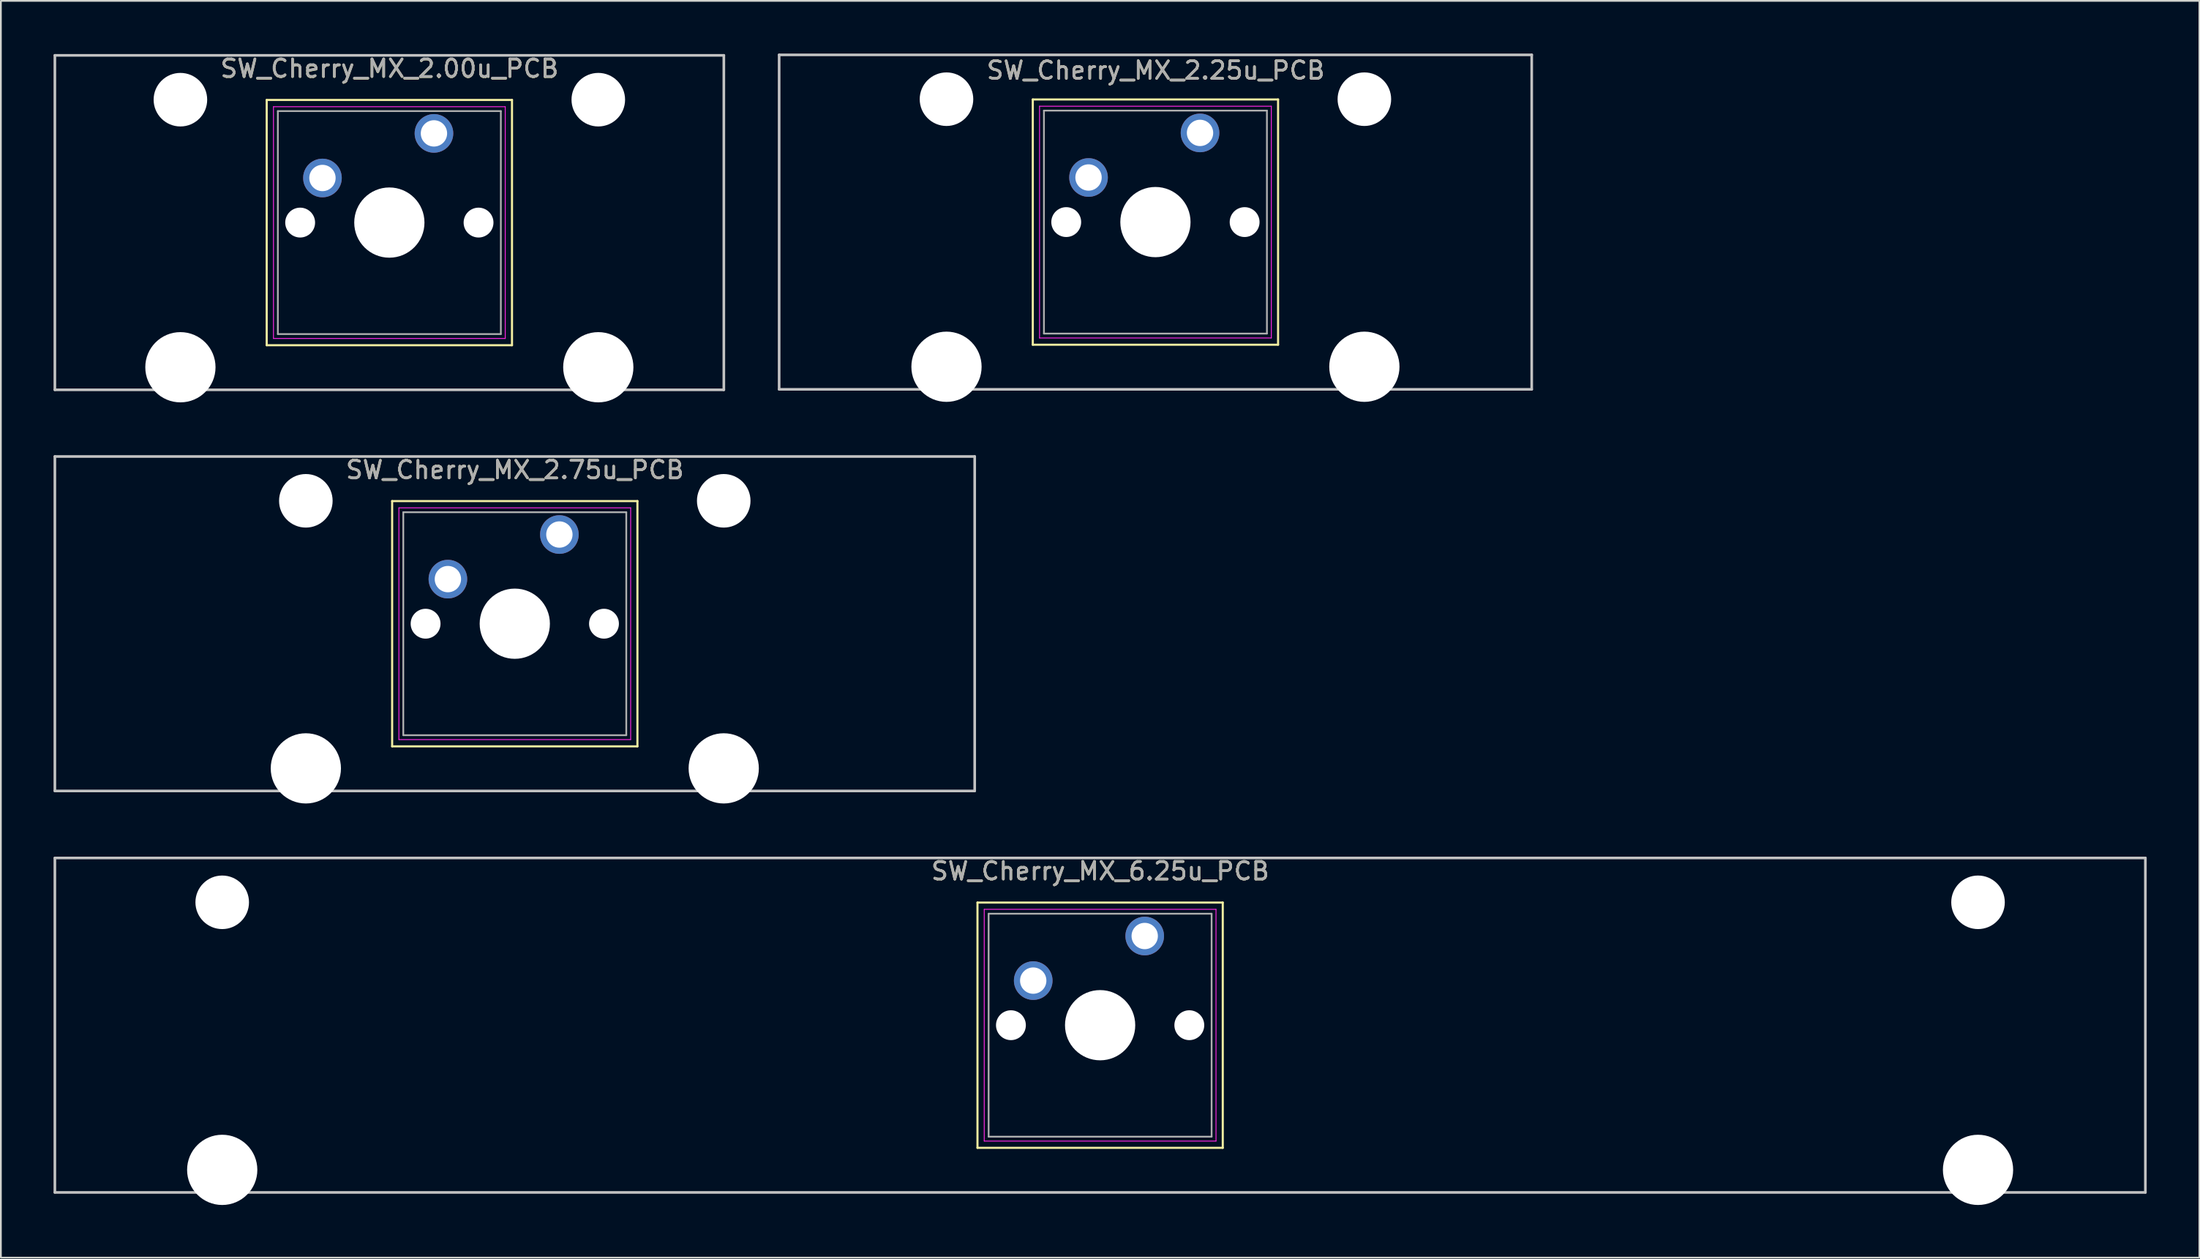
<source format=kicad_pcb>
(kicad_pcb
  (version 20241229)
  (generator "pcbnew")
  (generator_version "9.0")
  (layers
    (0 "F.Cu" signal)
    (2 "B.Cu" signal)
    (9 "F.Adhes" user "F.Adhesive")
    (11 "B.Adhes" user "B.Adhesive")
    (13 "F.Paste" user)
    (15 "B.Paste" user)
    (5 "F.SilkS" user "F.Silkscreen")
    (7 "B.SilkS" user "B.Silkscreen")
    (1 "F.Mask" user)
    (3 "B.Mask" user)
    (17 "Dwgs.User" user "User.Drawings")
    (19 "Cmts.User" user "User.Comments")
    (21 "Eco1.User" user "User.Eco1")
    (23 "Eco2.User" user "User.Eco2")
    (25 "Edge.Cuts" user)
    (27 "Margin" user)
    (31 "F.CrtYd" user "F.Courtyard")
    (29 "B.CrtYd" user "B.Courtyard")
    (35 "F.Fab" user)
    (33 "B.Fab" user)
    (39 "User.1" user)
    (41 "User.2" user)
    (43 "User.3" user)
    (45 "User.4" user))
  (footprint "SW_Cherry_MX_2.75u_PCB"
    (layer "F.Cu")
    (at 26.269 32.456)
    (property "Reference" "SW_Cherry_MX_2.75u_PCB" (at 0.01 -8.74 0) (layer "F.SilkS") (effects (font (size 1 1) (thickness 0.15))))
    (attr through_hole)
    (fp_line (start -6.985 -6.965) (end 6.985 -6.965) (stroke (width 0.12) (type solid)) (layer "F.SilkS"))
    (fp_line (start -6.985 7.005) (end -6.985 -6.965) (stroke (width 0.12) (type solid)) (layer "F.SilkS"))
    (fp_line (start 6.985 -6.965) (end 6.985 7.005) (stroke (width 0.12) (type solid)) (layer "F.SilkS"))
    (fp_line (start 6.985 7.005) (end -6.985 7.005) (stroke (width 0.12) (type solid)) (layer "F.SilkS"))
    (fp_line (start -26.194 -9.505) (end 26.194 -9.505) (stroke (width 0.15) (type solid)) (layer "Dwgs.User"))
    (fp_line (start -26.194 9.545) (end -26.194 -9.505) (stroke (width 0.15) (type solid)) (layer "Dwgs.User"))
    (fp_line (start 26.194 -9.505) (end 26.194 9.545) (stroke (width 0.15) (type solid)) (layer "Dwgs.User"))
    (fp_line (start 26.194 9.545) (end -26.194 9.545) (stroke (width 0.15) (type solid)) (layer "Dwgs.User"))
    (fp_line (start -6.6 -6.58) (end 6.6 -6.58) (stroke (width 0.05) (type solid)) (layer "F.CrtYd"))
    (fp_line (start -6.6 6.62) (end -6.6 -6.58) (stroke (width 0.05) (type solid)) (layer "F.CrtYd"))
    (fp_line (start 6.6 -6.58) (end 6.6 6.62) (stroke (width 0.05) (type solid)) (layer "F.CrtYd"))
    (fp_line (start 6.6 6.62) (end -6.6 6.62) (stroke (width 0.05) (type solid)) (layer "F.CrtYd"))
    (fp_line (start -6.35 -6.33) (end 6.35 -6.33) (stroke (width 0.1) (type solid)) (layer "F.Fab"))
    (fp_line (start -6.35 6.37) (end -6.35 -6.33) (stroke (width 0.1) (type solid)) (layer "F.Fab"))
    (fp_line (start 6.35 -6.33) (end 6.35 6.37) (stroke (width 0.1) (type solid)) (layer "F.Fab"))
    (fp_line (start 6.35 6.37) (end -6.35 6.37) (stroke (width 0.1) (type solid)) (layer "F.Fab"))
    (fp_text user "${REFERENCE}" (at 0.01 -8.74 0) (layer "F.Fab") (effects (font (size 1 1) (thickness 0.15))))
    (pad "" np_thru_hole circle (at -11.9 -6.98) (size 3.05 3.05) (drill 3.05) (layers "*.Cu" "*.Mask"))
    (pad "" np_thru_hole circle (at -11.9 8.26) (size 4 4) (drill 4) (layers "*.Cu" "*.Mask"))
    (pad "" np_thru_hole circle (at -5.08 0.02) (size 1.7 1.7) (drill 1.7) (layers "*.Cu" "*.Mask"))
    (pad "" np_thru_hole circle (at 0 0.02) (size 4 4) (drill 4) (layers "*.Cu" "*.Mask"))
    (pad "" np_thru_hole circle (at 5.08 0.02) (size 1.7 1.7) (drill 1.7) (layers "*.Cu" "*.Mask"))
    (pad "" np_thru_hole circle (at 11.9 -6.98) (size 3.05 3.05) (drill 3.05) (layers "*.Cu" "*.Mask"))
    (pad "" np_thru_hole circle (at 11.9 8.26) (size 4 4) (drill 4) (layers "*.Cu" "*.Mask"))
    (pad "1" thru_hole circle (at 2.54 -5.06) (size 2.2 2.2) (drill 1.5) (layers "*.Cu" "*.Mask"))
    (pad "2" thru_hole circle (at -3.81 -2.52) (size 2.2 2.2) (drill 1.5) (layers "*.Cu" "*.Mask")))
  (footprint "SW_Cherry_MX_6.25u_PCB"
    (layer "F.Cu")
    (at 59.616 55.345)
    (property "Reference" "SW_Cherry_MX_6.25u_PCB" (at 0 -8.78 0) (layer "F.SilkS") (effects (font (size 1 1) (thickness 0.15))))
    (attr through_hole)
    (fp_line (start -6.995 -6.985) (end 6.975 -6.985) (stroke (width 0.12) (type solid)) (layer "F.SilkS"))
    (fp_line (start -6.995 6.985) (end -6.995 -6.985) (stroke (width 0.12) (type solid)) (layer "F.SilkS"))
    (fp_line (start 6.975 -6.985) (end 6.975 6.985) (stroke (width 0.12) (type solid)) (layer "F.SilkS"))
    (fp_line (start 6.975 6.985) (end -6.995 6.985) (stroke (width 0.12) (type solid)) (layer "F.SilkS"))
    (fp_line (start -59.541 -9.525) (end 59.521 -9.525) (stroke (width 0.15) (type solid)) (layer "Dwgs.User"))
    (fp_line (start -59.541 9.525) (end -59.541 -9.525) (stroke (width 0.15) (type solid)) (layer "Dwgs.User"))
    (fp_line (start 59.521 -9.525) (end 59.521 9.525) (stroke (width 0.15) (type solid)) (layer "Dwgs.User"))
    (fp_line (start 59.521 9.525) (end -59.541 9.525) (stroke (width 0.15) (type solid)) (layer "Dwgs.User"))
    (fp_line (start -6.61 -6.6) (end 6.59 -6.6) (stroke (width 0.05) (type solid)) (layer "F.CrtYd"))
    (fp_line (start -6.61 6.6) (end -6.61 -6.6) (stroke (width 0.05) (type solid)) (layer "F.CrtYd"))
    (fp_line (start 6.59 -6.6) (end 6.59 6.6) (stroke (width 0.05) (type solid)) (layer "F.CrtYd"))
    (fp_line (start 6.59 6.6) (end -6.61 6.6) (stroke (width 0.05) (type solid)) (layer "F.CrtYd"))
    (fp_line (start -6.36 -6.35) (end 6.34 -6.35) (stroke (width 0.1) (type solid)) (layer "F.Fab"))
    (fp_line (start -6.36 6.35) (end -6.36 -6.35) (stroke (width 0.1) (type solid)) (layer "F.Fab"))
    (fp_line (start 6.34 -6.35) (end 6.34 6.35) (stroke (width 0.1) (type solid)) (layer "F.Fab"))
    (fp_line (start 6.34 6.35) (end -6.36 6.35) (stroke (width 0.1) (type solid)) (layer "F.Fab"))
    (fp_text user "${REFERENCE}" (at 0 -8.78 0) (layer "F.Fab") (effects (font (size 1 1) (thickness 0.15))))
    (pad "" np_thru_hole circle (at -50.01 -7) (size 3.05 3.05) (drill 3.05) (layers "*.Cu" "*.Mask"))
    (pad "" np_thru_hole circle (at -50.01 8.24) (size 4 4) (drill 4) (layers "*.Cu" "*.Mask"))
    (pad "" np_thru_hole circle (at -5.09 0) (size 1.7 1.7) (drill 1.7) (layers "*.Cu" "*.Mask"))
    (pad "" np_thru_hole circle (at -0.01 0) (size 4 4) (drill 4) (layers "*.Cu" "*.Mask"))
    (pad "" np_thru_hole circle (at 5.07 0) (size 1.7 1.7) (drill 1.7) (layers "*.Cu" "*.Mask"))
    (pad "" np_thru_hole circle (at 49.99 -7) (size 3.05 3.05) (drill 3.05) (layers "*.Cu" "*.Mask"))
    (pad "" np_thru_hole circle (at 49.99 8.24) (size 4 4) (drill 4) (layers "*.Cu" "*.Mask"))
    (pad "1" thru_hole circle (at 2.53 -5.08) (size 2.2 2.2) (drill 1.5) (layers "*.Cu" "*.Mask"))
    (pad "2" thru_hole circle (at -3.82 -2.54) (size 2.2 2.2) (drill 1.5) (layers "*.Cu" "*.Mask")))
  (footprint "SW_Cherry_MX_2.00u_PCB"
    (layer "F.Cu")
    (at 19.135 9.628)
    (property "Reference" "SW_Cherry_MX_2.00u_PCB" (at 0 -8.77 0) (layer "F.SilkS") (effects (font (size 1 1) (thickness 0.15))))
    (attr through_hole)
    (fp_line (start -6.995 -6.985) (end 6.975 -6.985) (stroke (width 0.12) (type solid)) (layer "F.SilkS"))
    (fp_line (start -6.995 6.985) (end -6.995 -6.985) (stroke (width 0.12) (type solid)) (layer "F.SilkS"))
    (fp_line (start 6.975 -6.985) (end 6.975 6.985) (stroke (width 0.12) (type solid)) (layer "F.SilkS"))
    (fp_line (start 6.975 6.985) (end -6.995 6.985) (stroke (width 0.12) (type solid)) (layer "F.SilkS"))
    (fp_line (start -19.06 -9.525) (end 19.04 -9.525) (stroke (width 0.15) (type solid)) (layer "Dwgs.User"))
    (fp_line (start -19.06 9.525) (end -19.06 -9.525) (stroke (width 0.15) (type solid)) (layer "Dwgs.User"))
    (fp_line (start 19.04 -9.525) (end 19.04 9.525) (stroke (width 0.15) (type solid)) (layer "Dwgs.User"))
    (fp_line (start 19.04 9.525) (end -19.06 9.525) (stroke (width 0.15) (type solid)) (layer "Dwgs.User"))
    (fp_line (start -6.61 -6.6) (end 6.59 -6.6) (stroke (width 0.05) (type solid)) (layer "F.CrtYd"))
    (fp_line (start -6.61 6.6) (end -6.61 -6.6) (stroke (width 0.05) (type solid)) (layer "F.CrtYd"))
    (fp_line (start 6.59 -6.6) (end 6.59 6.6) (stroke (width 0.05) (type solid)) (layer "F.CrtYd"))
    (fp_line (start 6.59 6.6) (end -6.61 6.6) (stroke (width 0.05) (type solid)) (layer "F.CrtYd"))
    (fp_line (start -6.36 -6.35) (end 6.34 -6.35) (stroke (width 0.1) (type solid)) (layer "F.Fab"))
    (fp_line (start -6.36 6.35) (end -6.36 -6.35) (stroke (width 0.1) (type solid)) (layer "F.Fab"))
    (fp_line (start 6.34 -6.35) (end 6.34 6.35) (stroke (width 0.1) (type solid)) (layer "F.Fab"))
    (fp_line (start 6.34 6.35) (end -6.36 6.35) (stroke (width 0.1) (type solid)) (layer "F.Fab"))
    (fp_text user "${REFERENCE}" (at 0 -8.78 0) (layer "F.Fab") (effects (font (size 1 1) (thickness 0.15))))
    (pad "" np_thru_hole circle (at -11.91 -7) (size 3.05 3.05) (drill 3.05) (layers "*.Cu" "*.Mask"))
    (pad "" np_thru_hole circle (at -11.91 8.24) (size 4 4) (drill 4) (layers "*.Cu" "*.Mask"))
    (pad "" np_thru_hole circle (at -5.09 0) (size 1.7 1.7) (drill 1.7) (layers "*.Cu" "*.Mask"))
    (pad "" np_thru_hole circle (at -0.01 0) (size 4 4) (drill 4) (layers "*.Cu" "*.Mask"))
    (pad "" np_thru_hole circle (at 5.07 0) (size 1.7 1.7) (drill 1.7) (layers "*.Cu" "*.Mask"))
    (pad "" np_thru_hole circle (at 11.89 -7) (size 3.05 3.05) (drill 3.05) (layers "*.Cu" "*.Mask"))
    (pad "" np_thru_hole circle (at 11.89 8.24) (size 4 4) (drill 4) (layers "*.Cu" "*.Mask"))
    (pad "1" thru_hole circle (at 2.53 -5.08) (size 2.2 2.2) (drill 1.5) (layers "*.Cu" "*.Mask"))
    (pad "2" thru_hole circle (at -3.82 -2.54) (size 2.2 2.2) (drill 1.5) (layers "*.Cu" "*.Mask")))
  (footprint "SW_Cherry_MX_2.25u_PCB"
    (layer "F.Cu")
    (at 62.756 9.6)
    (property "Reference" "SW_Cherry_MX_2.25u_PCB" (at 0.02 -8.64 0) (layer "F.SilkS") (effects (font (size 1 1) (thickness 0.15))))
    (attr through_hole)
    (fp_line (start -6.985 -6.985) (end 6.985 -6.985) (stroke (width 0.12) (type solid)) (layer "F.SilkS"))
    (fp_line (start -6.985 6.985) (end -6.985 -6.985) (stroke (width 0.12) (type solid)) (layer "F.SilkS"))
    (fp_line (start 6.985 -6.985) (end 6.985 6.985) (stroke (width 0.12) (type solid)) (layer "F.SilkS"))
    (fp_line (start 6.985 6.985) (end -6.985 6.985) (stroke (width 0.12) (type solid)) (layer "F.SilkS"))
    (fp_line (start -21.431 -9.525) (end 21.431 -9.525) (stroke (width 0.15) (type solid)) (layer "Dwgs.User"))
    (fp_line (start -21.431 9.525) (end -21.431 -9.525) (stroke (width 0.15) (type solid)) (layer "Dwgs.User"))
    (fp_line (start 21.431 -9.525) (end 21.431 9.525) (stroke (width 0.15) (type solid)) (layer "Dwgs.User"))
    (fp_line (start 21.431 9.525) (end -21.431 9.525) (stroke (width 0.15) (type solid)) (layer "Dwgs.User"))
    (fp_line (start -6.6 -6.6) (end 6.6 -6.6) (stroke (width 0.05) (type solid)) (layer "F.CrtYd"))
    (fp_line (start -6.6 6.6) (end -6.6 -6.6) (stroke (width 0.05) (type solid)) (layer "F.CrtYd"))
    (fp_line (start 6.6 -6.6) (end 6.6 6.6) (stroke (width 0.05) (type solid)) (layer "F.CrtYd"))
    (fp_line (start 6.6 6.6) (end -6.6 6.6) (stroke (width 0.05) (type solid)) (layer "F.CrtYd"))
    (fp_line (start -6.35 -6.35) (end 6.35 -6.35) (stroke (width 0.1) (type solid)) (layer "F.Fab"))
    (fp_line (start -6.35 6.35) (end -6.35 -6.35) (stroke (width 0.1) (type solid)) (layer "F.Fab"))
    (fp_line (start 6.35 -6.35) (end 6.35 6.35) (stroke (width 0.1) (type solid)) (layer "F.Fab"))
    (fp_line (start 6.35 6.35) (end -6.35 6.35) (stroke (width 0.1) (type solid)) (layer "F.Fab"))
    (fp_text user "${REFERENCE}" (at 0.02 -8.64 0) (layer "F.Fab") (effects (font (size 1 1) (thickness 0.15))))
    (pad "" np_thru_hole circle (at -11.9 -7) (size 3.05 3.05) (drill 3.05) (layers "*.Cu" "*.Mask"))
    (pad "" np_thru_hole circle (at -11.9 8.24) (size 4 4) (drill 4) (layers "*.Cu" "*.Mask"))
    (pad "" np_thru_hole circle (at -5.08 0) (size 1.7 1.7) (drill 1.7) (layers "*.Cu" "*.Mask"))
    (pad "" np_thru_hole circle (at 0 0) (size 4 4) (drill 4) (layers "*.Cu" "*.Mask"))
    (pad "" np_thru_hole circle (at 5.08 0) (size 1.7 1.7) (drill 1.7) (layers "*.Cu" "*.Mask"))
    (pad "" np_thru_hole circle (at 11.9 -7) (size 3.05 3.05) (drill 3.05) (layers "*.Cu" "*.Mask"))
    (pad "" np_thru_hole circle (at 11.9 8.24) (size 4 4) (drill 4) (layers "*.Cu" "*.Mask"))
    (pad "1" thru_hole circle (at 2.54 -5.08) (size 2.2 2.2) (drill 1.5) (layers "*.Cu" "*.Mask"))
    (pad "2" thru_hole circle (at -3.81 -2.54) (size 2.2 2.2) (drill 1.5) (layers "*.Cu" "*.Mask")))
  (gr_rect
    (start -3 -3)
    (end 122.213 68.585)
    (stroke (width 0.1) (type default))
    (fill no)
    (layer "Edge.Cuts")))
</source>
